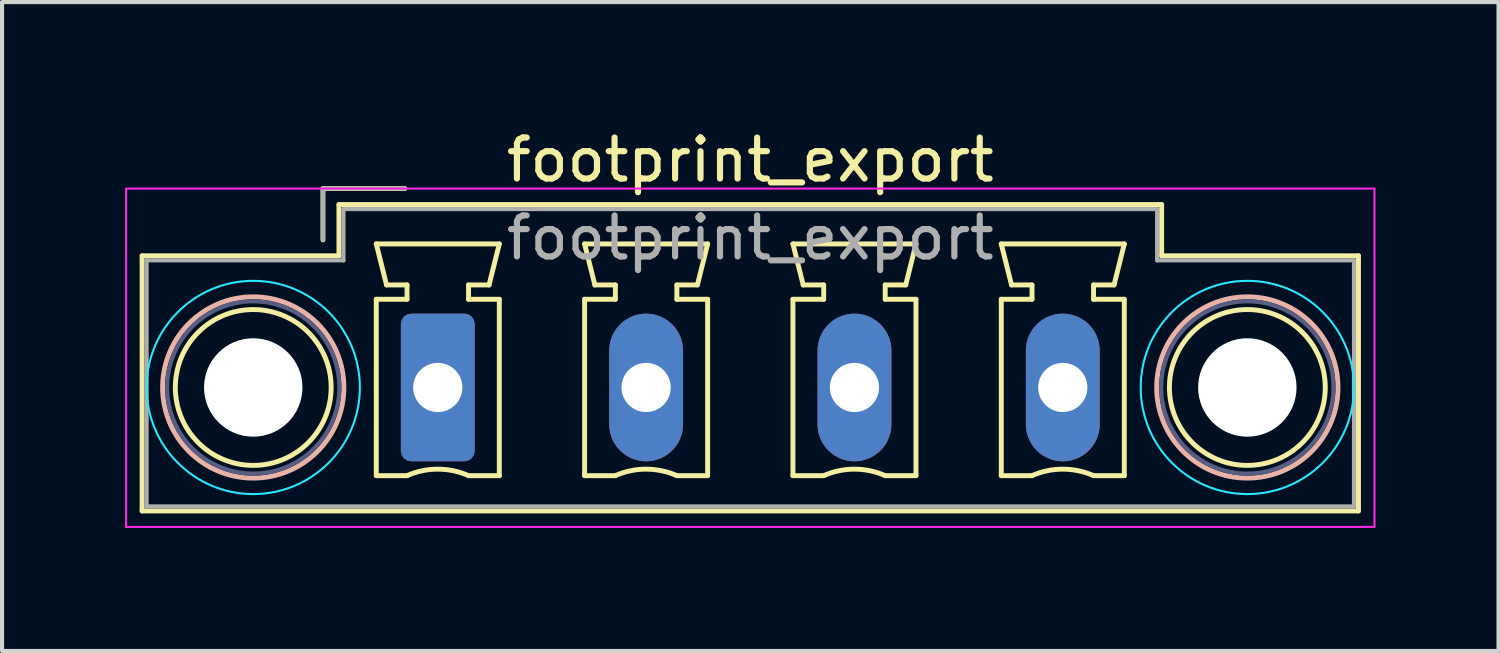
<source format=kicad_pcb>
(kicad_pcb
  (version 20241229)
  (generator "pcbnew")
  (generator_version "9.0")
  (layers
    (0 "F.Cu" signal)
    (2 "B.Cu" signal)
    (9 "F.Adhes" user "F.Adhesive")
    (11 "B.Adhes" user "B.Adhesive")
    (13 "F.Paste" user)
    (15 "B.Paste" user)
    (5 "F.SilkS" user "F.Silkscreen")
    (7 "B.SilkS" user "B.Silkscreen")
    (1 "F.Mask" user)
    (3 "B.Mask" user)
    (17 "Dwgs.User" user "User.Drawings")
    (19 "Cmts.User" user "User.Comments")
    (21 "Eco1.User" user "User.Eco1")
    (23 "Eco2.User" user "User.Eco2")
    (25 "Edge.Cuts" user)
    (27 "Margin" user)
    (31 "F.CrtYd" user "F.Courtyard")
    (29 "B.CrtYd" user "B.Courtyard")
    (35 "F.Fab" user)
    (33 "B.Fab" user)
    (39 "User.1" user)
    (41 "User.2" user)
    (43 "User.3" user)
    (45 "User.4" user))
  (footprint "footprint_export"
    (layer "F.Cu")
    (at 7.625 6.398)
    (property "Reference" "footprint_export" (at 7.62 -5.55 0) (layer "F.SilkS") (effects (font (size 1 1) (thickness 0.15))))
    (attr through_hole)
    (fp_line (start -7.21 -3.21) (end -7.21 3.01) (stroke (width 0.12) (type solid)) (layer "F.SilkS"))
    (fp_line (start -7.21 3.01) (end 22.45 3.01) (stroke (width 0.12) (type solid)) (layer "F.SilkS"))
    (fp_line (start -2.8 -4.85) (end -0.8 -4.85) (stroke (width 0.12) (type solid)) (layer "F.SilkS"))
    (fp_line (start -2.8 -3.6) (end -2.8 -4.85) (stroke (width 0.12) (type solid)) (layer "F.SilkS"))
    (fp_line (start -2.41 -4.46) (end -2.41 -3.21) (stroke (width 0.12) (type solid)) (layer "F.SilkS"))
    (fp_line (start -2.41 -3.21) (end -7.21 -3.21) (stroke (width 0.12) (type solid)) (layer "F.SilkS"))
    (fp_line (start -1.5 -3.5) (end 1.5 -3.5) (stroke (width 0.12) (type solid)) (layer "F.SilkS"))
    (fp_line (start -1.5 -2.15) (end -0.75 -2.15) (stroke (width 0.12) (type solid)) (layer "F.SilkS"))
    (fp_line (start -1.5 2.15) (end -1.5 -2.15) (stroke (width 0.12) (type solid)) (layer "F.SilkS"))
    (fp_line (start -1.25 -2.5) (end -1.5 -3.5) (stroke (width 0.12) (type solid)) (layer "F.SilkS"))
    (fp_line (start -0.75 -2.5) (end -1.25 -2.5) (stroke (width 0.12) (type solid)) (layer "F.SilkS"))
    (fp_line (start -0.75 -2.15) (end -0.75 -2.5) (stroke (width 0.12) (type solid)) (layer "F.SilkS"))
    (fp_line (start -0.75 2.15) (end -1.5 2.15) (stroke (width 0.12) (type solid)) (layer "F.SilkS"))
    (fp_line (start 0.75 -2.5) (end 0.75 -2.15) (stroke (width 0.12) (type solid)) (layer "F.SilkS"))
    (fp_line (start 0.75 -2.15) (end 1.5 -2.15) (stroke (width 0.12) (type solid)) (layer "F.SilkS"))
    (fp_line (start 1.25 -2.5) (end 0.75 -2.5) (stroke (width 0.12) (type solid)) (layer "F.SilkS"))
    (fp_line (start 1.5 -3.5) (end 1.25 -2.5) (stroke (width 0.12) (type solid)) (layer "F.SilkS"))
    (fp_line (start 1.5 -2.15) (end 1.5 2.15) (stroke (width 0.12) (type solid)) (layer "F.SilkS"))
    (fp_line (start 1.5 2.15) (end 0.75 2.15) (stroke (width 0.12) (type solid)) (layer "F.SilkS"))
    (fp_line (start 3.58 -3.5) (end 6.58 -3.5) (stroke (width 0.12) (type solid)) (layer "F.SilkS"))
    (fp_line (start 3.58 -2.15) (end 4.33 -2.15) (stroke (width 0.12) (type solid)) (layer "F.SilkS"))
    (fp_line (start 3.58 2.15) (end 3.58 -2.15) (stroke (width 0.12) (type solid)) (layer "F.SilkS"))
    (fp_line (start 3.83 -2.5) (end 3.58 -3.5) (stroke (width 0.12) (type solid)) (layer "F.SilkS"))
    (fp_line (start 4.33 -2.5) (end 3.83 -2.5) (stroke (width 0.12) (type solid)) (layer "F.SilkS"))
    (fp_line (start 4.33 -2.15) (end 4.33 -2.5) (stroke (width 0.12) (type solid)) (layer "F.SilkS"))
    (fp_line (start 4.33 2.15) (end 3.58 2.15) (stroke (width 0.12) (type solid)) (layer "F.SilkS"))
    (fp_line (start 5.83 -2.5) (end 5.83 -2.15) (stroke (width 0.12) (type solid)) (layer "F.SilkS"))
    (fp_line (start 5.83 -2.15) (end 6.58 -2.15) (stroke (width 0.12) (type solid)) (layer "F.SilkS"))
    (fp_line (start 6.33 -2.5) (end 5.83 -2.5) (stroke (width 0.12) (type solid)) (layer "F.SilkS"))
    (fp_line (start 6.58 -3.5) (end 6.33 -2.5) (stroke (width 0.12) (type solid)) (layer "F.SilkS"))
    (fp_line (start 6.58 -2.15) (end 6.58 2.15) (stroke (width 0.12) (type solid)) (layer "F.SilkS"))
    (fp_line (start 6.58 2.15) (end 5.83 2.15) (stroke (width 0.12) (type solid)) (layer "F.SilkS"))
    (fp_line (start 8.66 -3.5) (end 11.66 -3.5) (stroke (width 0.12) (type solid)) (layer "F.SilkS"))
    (fp_line (start 8.66 -2.15) (end 9.41 -2.15) (stroke (width 0.12) (type solid)) (layer "F.SilkS"))
    (fp_line (start 8.66 2.15) (end 8.66 -2.15) (stroke (width 0.12) (type solid)) (layer "F.SilkS"))
    (fp_line (start 8.91 -2.5) (end 8.66 -3.5) (stroke (width 0.12) (type solid)) (layer "F.SilkS"))
    (fp_line (start 9.41 -2.5) (end 8.91 -2.5) (stroke (width 0.12) (type solid)) (layer "F.SilkS"))
    (fp_line (start 9.41 -2.15) (end 9.41 -2.5) (stroke (width 0.12) (type solid)) (layer "F.SilkS"))
    (fp_line (start 9.41 2.15) (end 8.66 2.15) (stroke (width 0.12) (type solid)) (layer "F.SilkS"))
    (fp_line (start 10.91 -2.5) (end 10.91 -2.15) (stroke (width 0.12) (type solid)) (layer "F.SilkS"))
    (fp_line (start 10.91 -2.15) (end 11.66 -2.15) (stroke (width 0.12) (type solid)) (layer "F.SilkS"))
    (fp_line (start 11.41 -2.5) (end 10.91 -2.5) (stroke (width 0.12) (type solid)) (layer "F.SilkS"))
    (fp_line (start 11.66 -3.5) (end 11.41 -2.5) (stroke (width 0.12) (type solid)) (layer "F.SilkS"))
    (fp_line (start 11.66 -2.15) (end 11.66 2.15) (stroke (width 0.12) (type solid)) (layer "F.SilkS"))
    (fp_line (start 11.66 2.15) (end 10.91 2.15) (stroke (width 0.12) (type solid)) (layer "F.SilkS"))
    (fp_line (start 13.74 -3.5) (end 16.74 -3.5) (stroke (width 0.12) (type solid)) (layer "F.SilkS"))
    (fp_line (start 13.74 -2.15) (end 14.49 -2.15) (stroke (width 0.12) (type solid)) (layer "F.SilkS"))
    (fp_line (start 13.74 2.15) (end 13.74 -2.15) (stroke (width 0.12) (type solid)) (layer "F.SilkS"))
    (fp_line (start 13.99 -2.5) (end 13.74 -3.5) (stroke (width 0.12) (type solid)) (layer "F.SilkS"))
    (fp_line (start 14.49 -2.5) (end 13.99 -2.5) (stroke (width 0.12) (type solid)) (layer "F.SilkS"))
    (fp_line (start 14.49 -2.15) (end 14.49 -2.5) (stroke (width 0.12) (type solid)) (layer "F.SilkS"))
    (fp_line (start 14.49 2.15) (end 13.74 2.15) (stroke (width 0.12) (type solid)) (layer "F.SilkS"))
    (fp_line (start 15.99 -2.5) (end 15.99 -2.15) (stroke (width 0.12) (type solid)) (layer "F.SilkS"))
    (fp_line (start 15.99 -2.15) (end 16.74 -2.15) (stroke (width 0.12) (type solid)) (layer "F.SilkS"))
    (fp_line (start 16.49 -2.5) (end 15.99 -2.5) (stroke (width 0.12) (type solid)) (layer "F.SilkS"))
    (fp_line (start 16.74 -3.5) (end 16.49 -2.5) (stroke (width 0.12) (type solid)) (layer "F.SilkS"))
    (fp_line (start 16.74 -2.15) (end 16.74 2.15) (stroke (width 0.12) (type solid)) (layer "F.SilkS"))
    (fp_line (start 16.74 2.15) (end 15.99 2.15) (stroke (width 0.12) (type solid)) (layer "F.SilkS"))
    (fp_line (start 17.65 -4.46) (end -2.41 -4.46) (stroke (width 0.12) (type solid)) (layer "F.SilkS"))
    (fp_line (start 17.65 -3.21) (end 17.65 -4.46) (stroke (width 0.12) (type solid)) (layer "F.SilkS"))
    (fp_line (start 22.45 -3.21) (end 17.65 -3.21) (stroke (width 0.12) (type solid)) (layer "F.SilkS"))
    (fp_line (start 22.45 3.01) (end 22.45 -3.21) (stroke (width 0.12) (type solid)) (layer "F.SilkS"))
    (fp_arc (start -0.75 2.15) (mid -0.000193 1.99191) (end 0.749647 2.149844) (stroke (width 0.12) (type solid)) (layer "F.SilkS"))
    (fp_arc (start 4.33 2.15) (mid 5.079807 1.99191) (end 5.829647 2.149844) (stroke (width 0.12) (type solid)) (layer "F.SilkS"))
    (fp_arc (start 9.41 2.15) (mid 10.159807 1.99191) (end 10.909647 2.149844) (stroke (width 0.12) (type solid)) (layer "F.SilkS"))
    (fp_arc (start 14.49 2.15) (mid 15.239807 1.99191) (end 15.989647 2.149844) (stroke (width 0.12) (type solid)) (layer "F.SilkS"))
    (fp_circle (center -4.5 0) (end -2.6 0) (stroke (width 0.12) (type solid)) (fill no) (layer "F.SilkS"))
    (fp_circle (center 19.74 0) (end 21.64 0) (stroke (width 0.12) (type solid)) (fill no) (layer "F.SilkS"))
    (fp_circle (center -4.5 0) (end -2.29 0) (stroke (width 0.12) (type solid)) (fill no) (layer "B.SilkS"))
    (fp_circle (center 19.74 0) (end 21.95 0) (stroke (width 0.12) (type solid)) (fill no) (layer "B.SilkS"))
    (fp_circle (center -4.5 0) (end -1.9 0) (stroke (width 0.05) (type solid)) (fill no) (layer "B.CrtYd"))
    (fp_circle (center 19.74 0) (end 22.34 0) (stroke (width 0.05) (type solid)) (fill no) (layer "B.CrtYd"))
    (fp_line (start -7.6 -4.85) (end -7.6 3.4) (stroke (width 0.05) (type solid)) (layer "F.CrtYd"))
    (fp_line (start -7.6 3.4) (end 22.84 3.4) (stroke (width 0.05) (type solid)) (layer "F.CrtYd"))
    (fp_line (start 22.84 -4.85) (end -7.6 -4.85) (stroke (width 0.05) (type solid)) (layer "F.CrtYd"))
    (fp_line (start 22.84 3.4) (end 22.84 -4.85) (stroke (width 0.05) (type solid)) (layer "F.CrtYd"))
    (fp_circle (center -4.5 0) (end -2.4 0) (stroke (width 0.1) (type solid)) (fill no) (layer "B.Fab"))
    (fp_circle (center 19.74 0) (end 21.84 0) (stroke (width 0.1) (type solid)) (fill no) (layer "B.Fab"))
    (fp_line (start -7.1 -3.1) (end -7.1 2.9) (stroke (width 0.1) (type solid)) (layer "F.Fab"))
    (fp_line (start -7.1 2.9) (end 22.34 2.9) (stroke (width 0.1) (type solid)) (layer "F.Fab"))
    (fp_line (start -2.8 -4.85) (end -0.8 -4.85) (stroke (width 0.1) (type solid)) (layer "F.Fab"))
    (fp_line (start -2.8 -3.6) (end -2.8 -4.85) (stroke (width 0.1) (type solid)) (layer "F.Fab"))
    (fp_line (start -2.3 -4.35) (end -2.3 -3.1) (stroke (width 0.1) (type solid)) (layer "F.Fab"))
    (fp_line (start -2.3 -3.1) (end -7.1 -3.1) (stroke (width 0.1) (type solid)) (layer "F.Fab"))
    (fp_line (start 17.54 -4.35) (end -2.3 -4.35) (stroke (width 0.1) (type solid)) (layer "F.Fab"))
    (fp_line (start 17.54 -3.1) (end 17.54 -4.35) (stroke (width 0.1) (type solid)) (layer "F.Fab"))
    (fp_line (start 22.34 -3.1) (end 17.54 -3.1) (stroke (width 0.1) (type solid)) (layer "F.Fab"))
    (fp_line (start 22.34 2.9) (end 22.34 -3.1) (stroke (width 0.1) (type solid)) (layer "F.Fab"))
    (fp_text user "${REFERENCE}" (at 7.62 -3.65 0) (layer "F.Fab") (effects (font (size 1 1) (thickness 0.15))))
    (pad "" np_thru_hole circle (at -4.5 0) (size 2.4 2.4) (drill 2.4) (layers "*.Cu" "*.Mask"))
    (pad "" np_thru_hole circle (at 19.74 0) (size 2.4 2.4) (drill 2.4) (layers "*.Cu" "*.Mask"))
    (pad "1" thru_hole roundrect (at 0 0) (size 1.8 3.6) (drill 1.2) (layers "*.Cu" "*.Mask") (roundrect_rratio 0.139))
    (pad "2" thru_hole oval (at 5.08 0) (size 1.8 3.6) (drill 1.2) (layers "*.Cu" "*.Mask"))
    (pad "3" thru_hole oval (at 10.16 0) (size 1.8 3.6) (drill 1.2) (layers "*.Cu" "*.Mask"))
    (pad "4" thru_hole oval (at 15.24 0) (size 1.8 3.6) (drill 1.2) (layers "*.Cu" "*.Mask")))
  (gr_rect
    (start -3 -3)
    (end 33.49 12.823)
    (stroke (width 0.1) (type default))
    (fill no)
    (layer "Edge.Cuts")))
</source>
